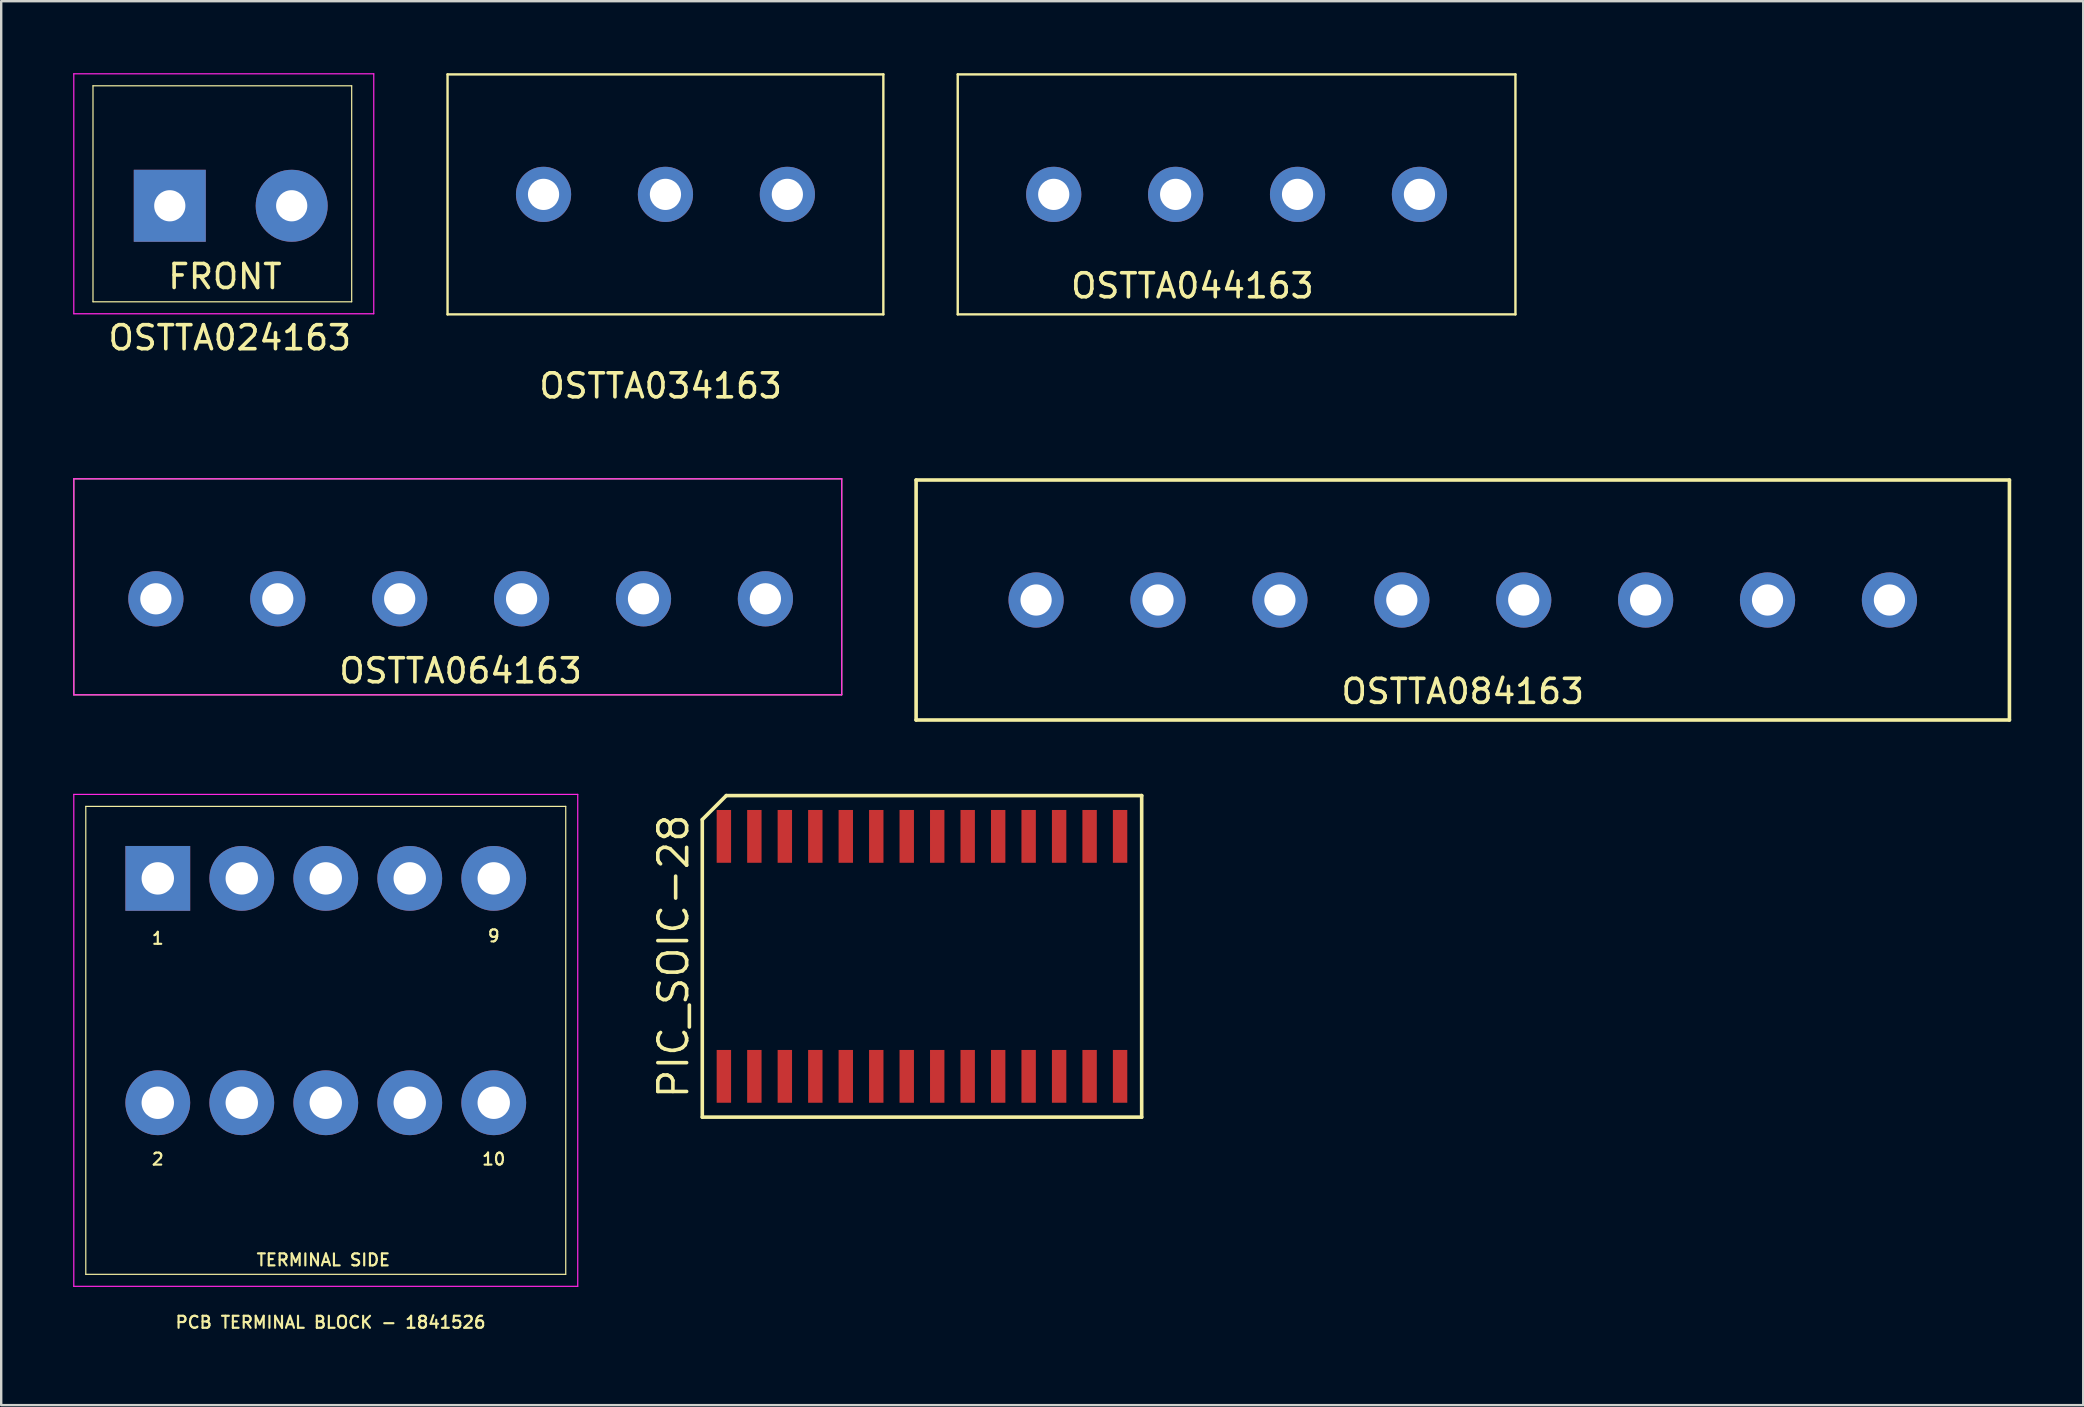
<source format=kicad_pcb>
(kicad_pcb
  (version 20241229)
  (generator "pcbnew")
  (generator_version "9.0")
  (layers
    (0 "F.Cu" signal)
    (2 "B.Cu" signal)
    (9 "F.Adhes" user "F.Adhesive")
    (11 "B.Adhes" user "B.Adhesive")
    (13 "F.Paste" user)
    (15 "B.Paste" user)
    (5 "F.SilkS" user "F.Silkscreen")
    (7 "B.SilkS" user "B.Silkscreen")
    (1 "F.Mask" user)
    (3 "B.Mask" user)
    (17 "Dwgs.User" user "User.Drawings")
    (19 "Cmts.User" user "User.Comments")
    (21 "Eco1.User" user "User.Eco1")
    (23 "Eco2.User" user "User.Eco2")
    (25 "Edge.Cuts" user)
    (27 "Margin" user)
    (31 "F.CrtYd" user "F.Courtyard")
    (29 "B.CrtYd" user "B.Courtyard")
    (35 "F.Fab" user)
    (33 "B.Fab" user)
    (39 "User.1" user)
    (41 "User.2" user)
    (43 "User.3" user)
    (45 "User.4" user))
  (footprint "PIC_SOIC-28"
    (layer "F.Cu")
    (at 35.37 36.803)
    (property "Reference" "PIC_SOIC-28" (at -10.355 0 90) (layer "F.SilkS") (effects (font (size 1.2 1.2) (thickness 0.15))))
    (attr through_hole)
    (fp_line (start -9.155 -5.7) (end -9.155 6.7) (stroke (width 0.15) (type solid)) (layer "F.SilkS"))
    (fp_line (start -9.155 6.7) (end 9.155 6.7) (stroke (width 0.15) (type solid)) (layer "F.SilkS"))
    (fp_line (start -8.155 -6.7) (end -9.155 -5.7) (stroke (width 0.15) (type solid)) (layer "F.SilkS"))
    (fp_line (start 9.155 -6.7) (end -8.155 -6.7) (stroke (width 0.15) (type solid)) (layer "F.SilkS"))
    (fp_line (start 9.155 6.7) (end 9.155 -6.7) (stroke (width 0.15) (type solid)) (layer "F.SilkS"))
    (pad "1" smd rect (at -8.255 5) (size 0.6 2.2) (layers "F.Cu" "F.Mask" "F.Paste"))
    (pad "2" smd rect (at -6.985 5) (size 0.6 2.2) (layers "F.Cu" "F.Mask" "F.Paste"))
    (pad "3" smd rect (at -5.715 5) (size 0.6 2.2) (layers "F.Cu" "F.Mask" "F.Paste"))
    (pad "4" smd rect (at -4.445 5) (size 0.6 2.2) (layers "F.Cu" "F.Mask" "F.Paste"))
    (pad "5" smd rect (at -3.175 5) (size 0.6 2.2) (layers "F.Cu" "F.Mask" "F.Paste"))
    (pad "6" smd rect (at -1.905 5) (size 0.6 2.2) (layers "F.Cu" "F.Mask" "F.Paste"))
    (pad "7" smd rect (at -0.635 5) (size 0.6 2.2) (layers "F.Cu" "F.Mask" "F.Paste"))
    (pad "8" smd rect (at 0.635 5) (size 0.6 2.2) (layers "F.Cu" "F.Mask" "F.Paste"))
    (pad "9" smd rect (at 1.905 5) (size 0.6 2.2) (layers "F.Cu" "F.Mask" "F.Paste"))
    (pad "10" smd rect (at 3.175 5) (size 0.6 2.2) (layers "F.Cu" "F.Mask" "F.Paste"))
    (pad "11" smd rect (at 4.445 5) (size 0.6 2.2) (layers "F.Cu" "F.Mask" "F.Paste"))
    (pad "12" smd rect (at 5.715 5) (size 0.6 2.2) (layers "F.Cu" "F.Mask" "F.Paste"))
    (pad "13" smd rect (at 6.985 5) (size 0.6 2.2) (layers "F.Cu" "F.Mask" "F.Paste"))
    (pad "14" smd rect (at 8.255 5) (size 0.6 2.2) (layers "F.Cu" "F.Mask" "F.Paste"))
    (pad "15" smd rect (at 8.255 -5) (size 0.6 2.2) (layers "F.Cu" "F.Mask" "F.Paste"))
    (pad "16" smd rect (at 6.985 -5) (size 0.6 2.2) (layers "F.Cu" "F.Mask" "F.Paste"))
    (pad "17" smd rect (at 5.715 -5) (size 0.6 2.2) (layers "F.Cu" "F.Mask" "F.Paste"))
    (pad "18" smd rect (at 4.445 -5) (size 0.6 2.2) (layers "F.Cu" "F.Mask" "F.Paste"))
    (pad "19" smd rect (at 3.175 -5) (size 0.6 2.2) (layers "F.Cu" "F.Mask" "F.Paste"))
    (pad "20" smd rect (at 1.905 -5) (size 0.6 2.2) (layers "F.Cu" "F.Mask" "F.Paste"))
    (pad "21" smd rect (at 0.635 -5) (size 0.6 2.2) (layers "F.Cu" "F.Mask" "F.Paste"))
    (pad "22" smd rect (at -0.635 -5) (size 0.6 2.2) (layers "F.Cu" "F.Mask" "F.Paste"))
    (pad "23" smd rect (at -1.905 -5) (size 0.6 2.2) (layers "F.Cu" "F.Mask" "F.Paste"))
    (pad "24" smd rect (at -3.175 -5) (size 0.6 2.2) (layers "F.Cu" "F.Mask" "F.Paste"))
    (pad "25" smd rect (at -4.445 -5) (size 0.6 2.2) (layers "F.Cu" "F.Mask" "F.Paste"))
    (pad "26" smd rect (at -5.715 -5) (size 0.6 2.2) (layers "F.Cu" "F.Mask" "F.Paste"))
    (pad "27" smd rect (at -6.985 -5) (size 0.6 2.2) (layers "F.Cu" "F.Mask" "F.Paste"))
    (pad "28" smd rect (at -8.255 -5) (size 0.6 2.2) (layers "F.Cu" "F.Mask" "F.Paste")))
  (footprint "OSTTA084163"
    (layer "F.Cu")
    (at 45.205 21.953)
    (property "Reference" "OSTTA084163" (at 12.7 3.81 0) (layer "F.SilkS") (effects (font (size 1 1) (thickness 0.15))))
    (attr through_hole)
    (fp_line (start -10.08 -5) (end 35.48 -5) (stroke (width 0.15) (type solid)) (layer "F.SilkS"))
    (fp_line (start -10.08 5) (end -10.08 -5) (stroke (width 0.15) (type solid)) (layer "F.SilkS"))
    (fp_line (start -10.08 5) (end 35.48 5) (stroke (width 0.15) (type solid)) (layer "F.SilkS"))
    (fp_line (start 35.48 -5) (end 35.48 5) (stroke (width 0.15) (type solid)) (layer "F.SilkS"))
    (pad "1" thru_hole circle (at -5.08 0) (size 2.3 2.3) (drill 1.3) (layers "*.Cu" "*.Mask"))
    (pad "2" thru_hole circle (at 0 0) (size 2.3 2.3) (drill 1.3) (layers "*.Cu" "*.Mask"))
    (pad "3" thru_hole circle (at 5.08 0) (size 2.3 2.3) (drill 1.3) (layers "*.Cu" "*.Mask"))
    (pad "4" thru_hole circle (at 10.16 0) (size 2.3 2.3) (drill 1.3) (layers "*.Cu" "*.Mask"))
    (pad "5" thru_hole circle (at 15.24 0) (size 2.3 2.3) (drill 1.3) (layers "*.Cu" "*.Mask"))
    (pad "6" thru_hole circle (at 20.32 0) (size 2.3 2.3) (drill 1.3) (layers "*.Cu" "*.Mask"))
    (pad "7" thru_hole circle (at 25.4 0) (size 2.3 2.3) (drill 1.3) (layers "*.Cu" "*.Mask"))
    (pad "8" thru_hole circle (at 30.48 0) (size 2.3 2.3) (drill 1.3) (layers "*.Cu" "*.Mask")))
  (footprint "PCB TERMINAL BLOCK - 1841526"
    (layer "F.Cu")
    (at 3.525 33.553)
    (property "Reference" "PCB TERMINAL BLOCK - 1841526" (at 7.2 18.5 0) (layer "F.SilkS") (effects (font (size 0.5 0.5) (thickness 0.09))))
    (attr through_hole)
    (fp_line (start -3 -3) (end -3 16.5) (stroke (width 0.05) (type solid)) (layer "F.SilkS"))
    (fp_line (start -3 -3) (end 17 -3) (stroke (width 0.05) (type solid)) (layer "F.SilkS"))
    (fp_line (start -3 16.5) (end 17 16.5) (stroke (width 0.05) (type solid)) (layer "F.SilkS"))
    (fp_line (start 17 -3) (end 17 16.5) (stroke (width 0.05) (type solid)) (layer "F.SilkS"))
    (fp_line (start -3.5 -3.5) (end -3.5 17) (stroke (width 0.05) (type solid)) (layer "F.CrtYd"))
    (fp_line (start -3.5 17) (end 17.5 17) (stroke (width 0.05) (type solid)) (layer "F.CrtYd"))
    (fp_line (start 17.5 -3.5) (end -3.5 -3.5) (stroke (width 0.05) (type solid)) (layer "F.CrtYd"))
    (fp_line (start 17.5 17) (end 17.5 -3.5) (stroke (width 0.05) (type solid)) (layer "F.CrtYd"))
    (fp_text user "9" (at 14 2.4 0) (layer "F.SilkS") (effects (font (size 0.5 0.5) (thickness 0.09))))
    (fp_text user "10" (at 14 11.7 0) (layer "F.SilkS") (effects (font (size 0.5 0.5) (thickness 0.09))))
    (fp_text user "TERMINAL SIDE" (at 6.9 15.9 0) (layer "F.SilkS") (effects (font (size 0.5 0.5) (thickness 0.09))))
    (fp_text user "2" (at 0 11.7 0) (layer "F.SilkS") (effects (font (size 0.5 0.5) (thickness 0.09))))
    (fp_text user "1" (at 0 2.5 0) (layer "F.SilkS") (effects (font (size 0.5 0.5) (thickness 0.09))))
    (pad "1" thru_hole rect (at 0 0) (size 2.7 2.7) (drill 1.35) (layers "*.Cu" "*.Mask"))
    (pad "2" thru_hole circle (at 0 9.35) (size 2.7 2.7) (drill 1.35) (layers "*.Cu" "*.Mask"))
    (pad "3" thru_hole circle (at 3.5 0) (size 2.7 2.7) (drill 1.35) (layers "*.Cu" "*.Mask"))
    (pad "4" thru_hole circle (at 3.5 9.35) (size 2.7 2.7) (drill 1.35) (layers "*.Cu" "*.Mask"))
    (pad "5" thru_hole circle (at 7 0) (size 2.7 2.7) (drill 1.35) (layers "*.Cu" "*.Mask"))
    (pad "6" thru_hole circle (at 7 9.35) (size 2.7 2.7) (drill 1.35) (layers "*.Cu" "*.Mask"))
    (pad "7" thru_hole circle (at 10.5 0) (size 2.7 2.7) (drill 1.35) (layers "*.Cu" "*.Mask"))
    (pad "8" thru_hole circle (at 10.5 9.35) (size 2.7 2.7) (drill 1.35) (layers "*.Cu" "*.Mask"))
    (pad "9" thru_hole circle (at 14 0) (size 2.7 2.7) (drill 1.35) (layers "*.Cu" "*.Mask"))
    (pad "10" thru_hole circle (at 14 9.35) (size 2.7 2.7) (drill 1.35) (layers "*.Cu" "*.Mask")))
  (footprint "OSTTA024163"
    (layer "F.Cu")
    (at 4.025 5.525)
    (property "Reference" "OSTTA024163" (at 2.5 5.5 0) (layer "F.SilkS") (effects (font (size 1 1) (thickness 0.15))))
    (attr through_hole)
    (fp_line (start -3.2 -5) (end -3.2 4) (stroke (width 0.05) (type solid)) (layer "F.SilkS"))
    (fp_line (start -3.2 -5) (end 7.58 -5) (stroke (width 0.05) (type solid)) (layer "F.SilkS"))
    (fp_line (start -3.2 4) (end 7.58 4) (stroke (width 0.05) (type solid)) (layer "F.SilkS"))
    (fp_line (start 7.58 -5) (end 7.58 4) (stroke (width 0.05) (type solid)) (layer "F.SilkS"))
    (fp_line (start -4 -5.5) (end 8.5 -5.5) (stroke (width 0.05) (type solid)) (layer "F.CrtYd"))
    (fp_line (start -4 4.5) (end -4 -5.5) (stroke (width 0.05) (type solid)) (layer "F.CrtYd"))
    (fp_line (start 8.5 -5.5) (end 8.5 4.5) (stroke (width 0.05) (type solid)) (layer "F.CrtYd"))
    (fp_line (start 8.5 4.5) (end -4 4.5) (stroke (width 0.05) (type solid)) (layer "F.CrtYd"))
    (fp_text user "FRONT" (at 2.3 2.95 0) (layer "F.SilkS") (effects (font (size 1 1) (thickness 0.15))))
    (pad "1" thru_hole rect (at 0 0) (size 3 3) (drill 1.3) (layers "*.Cu" "*.Mask"))
    (pad "2" thru_hole circle (at 5.08 0) (size 3 3) (drill 1.3) (layers "*.Cu" "*.Mask")))
  (footprint "OSTTA064163"
    (layer "F.Cu")
    (at 8.525 21.903)
    (property "Reference" "OSTTA064163" (at 7.62 3 0) (layer "F.SilkS") (effects (font (size 1 1) (thickness 0.15))))
    (attr through_hole)
    (fp_line (start -8.5 -5) (end -8.5 4) (stroke (width 0.05) (type solid)) (layer "F.SilkS"))
    (fp_line (start -8.5 -5) (end 23.5 -5) (stroke (width 0.05) (type solid)) (layer "F.SilkS"))
    (fp_line (start -8.5 4) (end 23.5 4) (stroke (width 0.05) (type solid)) (layer "F.SilkS"))
    (fp_line (start 23.5 4) (end 23.5 -5) (stroke (width 0.05) (type solid)) (layer "F.SilkS"))
    (fp_line (start -8.5 -5) (end 23.5 -5) (stroke (width 0.05) (type solid)) (layer "F.CrtYd"))
    (fp_line (start -8.5 4) (end -8.5 -5) (stroke (width 0.05) (type solid)) (layer "F.CrtYd"))
    (fp_line (start 23.5 -5) (end 23.5 4) (stroke (width 0.05) (type solid)) (layer "F.CrtYd"))
    (fp_line (start 23.5 4) (end -8.5 4) (stroke (width 0.05) (type solid)) (layer "F.CrtYd"))
    (pad "1" thru_hole circle (at -5.08 0) (size 2.3 2.3) (drill 1.3) (layers "*.Cu" "*.Mask"))
    (pad "2" thru_hole circle (at 0 0) (size 2.3 2.3) (drill 1.3) (layers "*.Cu" "*.Mask"))
    (pad "3" thru_hole circle (at 5.08 0) (size 2.3 2.3) (drill 1.3) (layers "*.Cu" "*.Mask"))
    (pad "4" thru_hole circle (at 10.16 0) (size 2.3 2.3) (drill 1.3) (layers "*.Cu" "*.Mask"))
    (pad "5" thru_hole circle (at 15.24 0) (size 2.3 2.3) (drill 1.3) (layers "*.Cu" "*.Mask"))
    (pad "6" thru_hole circle (at 20.32 0) (size 2.3 2.3) (drill 1.3) (layers "*.Cu" "*.Mask")))
  (footprint "OSTTA044163"
    (layer "F.Cu")
    (at 45.94 5.05)
    (property "Reference" "OSTTA044163" (at 0.699 3.81 0) (layer "F.SilkS") (effects (font (size 1 1) (thickness 0.15))))
    (attr through_hole)
    (fp_line (start -9.08 -5) (end -9.08 5) (stroke (width 0.1) (type solid)) (layer "F.SilkS"))
    (fp_line (start -9.08 -5) (end 14.16 -5) (stroke (width 0.1) (type solid)) (layer "F.SilkS"))
    (fp_line (start -9.08 5) (end 14.16 5) (stroke (width 0.1) (type solid)) (layer "F.SilkS"))
    (fp_line (start 14.16 -5) (end 14.16 5) (stroke (width 0.1) (type solid)) (layer "F.SilkS"))
    (pad "1" thru_hole circle (at -5.08 0) (size 2.3 2.3) (drill 1.3) (layers "*.Cu" "*.Mask"))
    (pad "2" thru_hole circle (at 0 0) (size 2.3 2.3) (drill 1.3) (layers "*.Cu" "*.Mask"))
    (pad "3" thru_hole circle (at 5.08 0) (size 2.3 2.3) (drill 1.3) (layers "*.Cu" "*.Mask"))
    (pad "4" thru_hole circle (at 10.16 0) (size 2.3 2.3) (drill 1.3) (layers "*.Cu" "*.Mask")))
  (footprint "OSTTA034163"
    (layer "F.Cu")
    (at 24.68 5.05)
    (property "Reference" "OSTTA034163" (at -0.2 7.98 0) (layer "F.SilkS") (effects (font (size 1 1) (thickness 0.15))))
    (attr through_hole)
    (fp_line (start -9.08 -5) (end -9.08 5) (stroke (width 0.1) (type solid)) (layer "F.SilkS"))
    (fp_line (start -9.08 -5) (end 9.08 -5) (stroke (width 0.1) (type solid)) (layer "F.SilkS"))
    (fp_line (start -9.08 5) (end 9.08 5) (stroke (width 0.1) (type solid)) (layer "F.SilkS"))
    (fp_line (start 9.08 -5) (end 9.08 5) (stroke (width 0.1) (type solid)) (layer "F.SilkS"))
    (pad "1" thru_hole circle (at -5.08 0) (size 2.3 2.3) (drill 1.3) (layers "*.Cu" "*.Mask"))
    (pad "2" thru_hole circle (at 0 0) (size 2.3 2.3) (drill 1.3) (layers "*.Cu" "*.Mask"))
    (pad "3" thru_hole circle (at 5.08 0) (size 2.3 2.3) (drill 1.3) (layers "*.Cu" "*.Mask")))
  (gr_rect
    (start -3 -3)
    (end 83.76 55.504)
    (stroke (width 0.1) (type default))
    (fill no)
    (layer "Edge.Cuts")))
</source>
